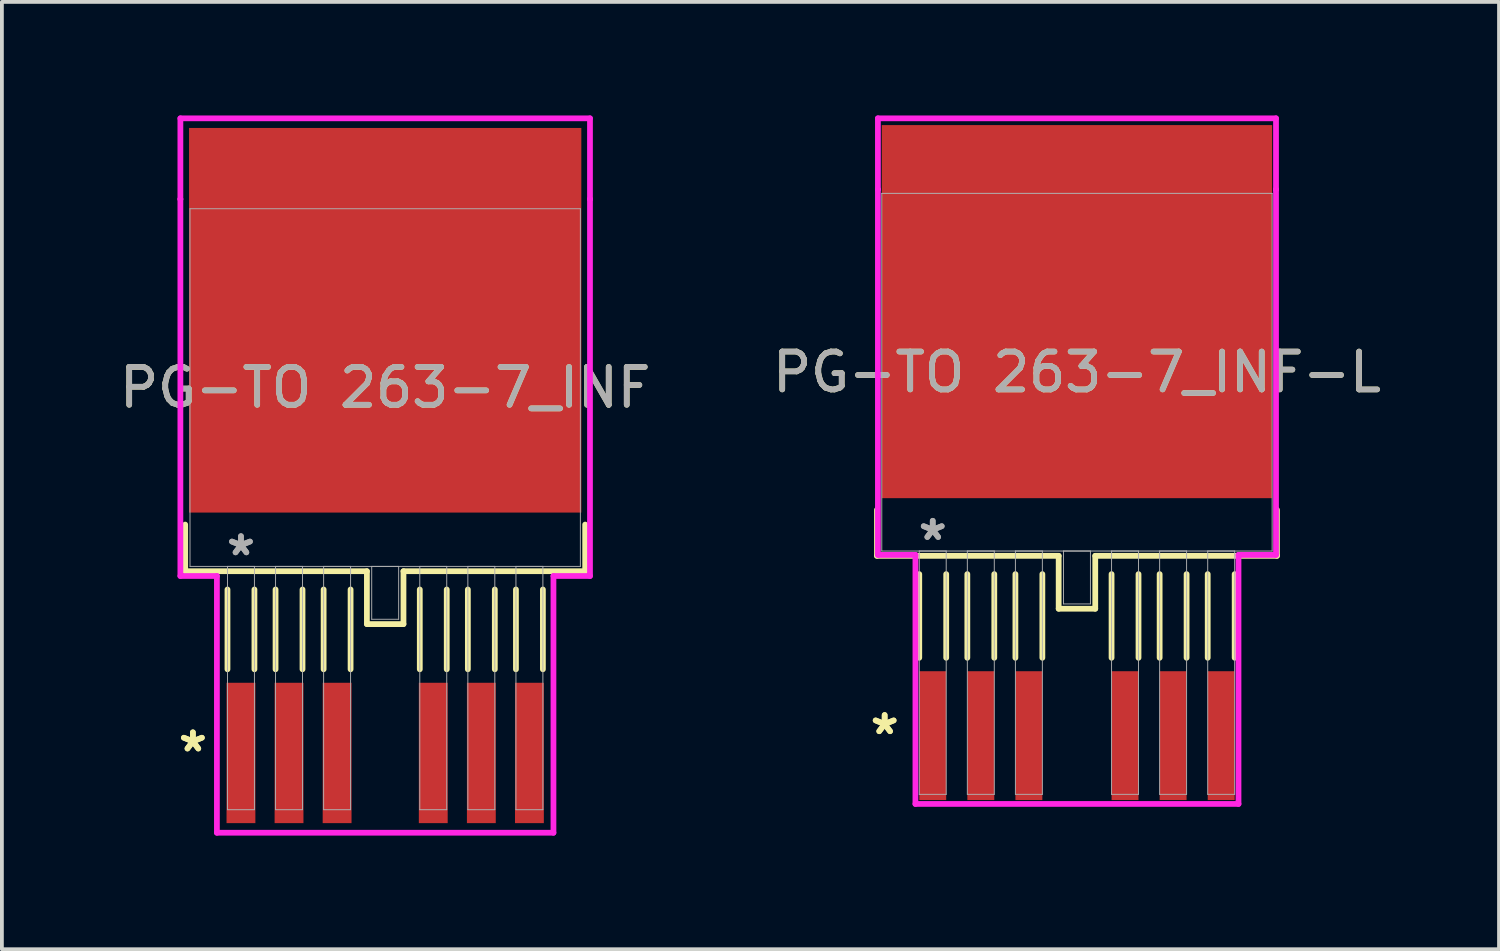
<source format=kicad_pcb>
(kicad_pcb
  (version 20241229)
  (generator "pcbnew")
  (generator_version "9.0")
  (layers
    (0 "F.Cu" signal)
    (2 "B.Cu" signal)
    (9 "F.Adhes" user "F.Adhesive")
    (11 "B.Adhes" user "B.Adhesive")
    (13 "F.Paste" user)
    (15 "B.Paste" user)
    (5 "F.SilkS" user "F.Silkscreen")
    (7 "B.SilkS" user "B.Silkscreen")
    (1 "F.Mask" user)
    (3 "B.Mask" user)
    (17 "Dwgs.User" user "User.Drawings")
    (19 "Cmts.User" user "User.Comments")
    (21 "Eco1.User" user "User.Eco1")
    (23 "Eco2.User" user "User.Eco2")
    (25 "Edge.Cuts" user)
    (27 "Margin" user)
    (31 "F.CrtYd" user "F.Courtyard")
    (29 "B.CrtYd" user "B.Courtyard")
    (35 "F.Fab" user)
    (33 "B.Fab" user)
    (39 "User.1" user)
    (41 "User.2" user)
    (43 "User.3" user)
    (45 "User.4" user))
  (footprint "PG-TO 263-7_INF-L"
    (layer "F.Cu")
    (at 25.399 6.782)
    (property "Reference" "PG-TO 263-7_INF-L" (at 0 0 0) (unlocked yes) (layer "F.SilkS") (effects (font (size 1 1) (thickness 0.15))))
    (attr smd)
    (fp_line (start -5.283 3.635) (end -5.283 4.851) (stroke (width 0.152) (type solid)) (layer "F.SilkS"))
    (fp_line (start -5.283 4.851) (end -0.483 4.851) (stroke (width 0.152) (type solid)) (layer "F.SilkS"))
    (fp_line (start -4.166 5.334) (end -4.166 7.544) (stroke (width 0.152) (type solid)) (layer "F.SilkS"))
    (fp_line (start -3.454 5.334) (end -3.454 7.544) (stroke (width 0.152) (type solid)) (layer "F.SilkS"))
    (fp_line (start -2.896 5.334) (end -2.896 7.544) (stroke (width 0.152) (type solid)) (layer "F.SilkS"))
    (fp_line (start -2.184 5.334) (end -2.184 7.544) (stroke (width 0.152) (type solid)) (layer "F.SilkS"))
    (fp_line (start -1.626 5.334) (end -1.626 7.544) (stroke (width 0.152) (type solid)) (layer "F.SilkS"))
    (fp_line (start -0.914 5.334) (end -0.914 7.544) (stroke (width 0.152) (type solid)) (layer "F.SilkS"))
    (fp_line (start -0.483 4.851) (end -0.483 6.248) (stroke (width 0.152) (type solid)) (layer "F.SilkS"))
    (fp_line (start -0.483 6.248) (end 0.483 6.248) (stroke (width 0.152) (type solid)) (layer "F.SilkS"))
    (fp_line (start 0.483 4.851) (end 5.283 4.851) (stroke (width 0.152) (type solid)) (layer "F.SilkS"))
    (fp_line (start 0.483 6.248) (end 0.483 4.851) (stroke (width 0.152) (type solid)) (layer "F.SilkS"))
    (fp_line (start 0.914 5.334) (end 0.914 7.544) (stroke (width 0.152) (type solid)) (layer "F.SilkS"))
    (fp_line (start 1.626 5.334) (end 1.626 7.544) (stroke (width 0.152) (type solid)) (layer "F.SilkS"))
    (fp_line (start 2.184 5.334) (end 2.184 7.544) (stroke (width 0.152) (type solid)) (layer "F.SilkS"))
    (fp_line (start 2.896 5.334) (end 2.896 7.544) (stroke (width 0.152) (type solid)) (layer "F.SilkS"))
    (fp_line (start 3.454 5.334) (end 3.454 7.544) (stroke (width 0.152) (type solid)) (layer "F.SilkS"))
    (fp_line (start 4.166 5.334) (end 4.166 7.544) (stroke (width 0.152) (type solid)) (layer "F.SilkS"))
    (fp_line (start 5.283 4.851) (end 5.283 3.635) (stroke (width 0.152) (type solid)) (layer "F.SilkS"))
    (fp_line (start -5.258 -6.706) (end 5.258 -6.706) (stroke (width 0.152) (type solid)) (layer "F.CrtYd"))
    (fp_line (start -5.258 -4.826) (end -5.258 -6.706) (stroke (width 0.152) (type solid)) (layer "F.CrtYd"))
    (fp_line (start -5.258 -4.826) (end -5.258 -4.826) (stroke (width 0.152) (type solid)) (layer "F.CrtYd"))
    (fp_line (start -5.258 4.826) (end -5.258 -4.826) (stroke (width 0.152) (type solid)) (layer "F.CrtYd"))
    (fp_line (start -4.267 4.826) (end -5.258 4.826) (stroke (width 0.152) (type solid)) (layer "F.CrtYd"))
    (fp_line (start -4.267 11.405) (end -4.267 4.826) (stroke (width 0.152) (type solid)) (layer "F.CrtYd"))
    (fp_line (start 4.267 4.826) (end 4.267 11.405) (stroke (width 0.152) (type solid)) (layer "F.CrtYd"))
    (fp_line (start 4.267 11.405) (end -4.267 11.405) (stroke (width 0.152) (type solid)) (layer "F.CrtYd"))
    (fp_line (start 5.258 -6.706) (end 5.258 -4.826) (stroke (width 0.152) (type solid)) (layer "F.CrtYd"))
    (fp_line (start 5.258 -4.826) (end 5.258 -4.826) (stroke (width 0.152) (type solid)) (layer "F.CrtYd"))
    (fp_line (start 5.258 -4.826) (end 5.258 4.826) (stroke (width 0.152) (type solid)) (layer "F.CrtYd"))
    (fp_line (start 5.258 4.826) (end 4.267 4.826) (stroke (width 0.152) (type solid)) (layer "F.CrtYd"))
    (fp_line (start -5.156 -4.724) (end -5.156 4.724) (stroke (width 0.025) (type solid)) (layer "F.Fab"))
    (fp_line (start -5.156 4.724) (end 5.156 4.724) (stroke (width 0.025) (type solid)) (layer "F.Fab"))
    (fp_line (start -4.166 4.724) (end -4.166 11.151) (stroke (width 0.025) (type solid)) (layer "F.Fab"))
    (fp_line (start -4.166 11.151) (end -3.454 11.151) (stroke (width 0.025) (type solid)) (layer "F.Fab"))
    (fp_line (start -3.454 4.724) (end -4.166 4.724) (stroke (width 0.025) (type solid)) (layer "F.Fab"))
    (fp_line (start -3.454 11.151) (end -3.454 4.724) (stroke (width 0.025) (type solid)) (layer "F.Fab"))
    (fp_line (start -2.896 4.724) (end -2.896 11.151) (stroke (width 0.025) (type solid)) (layer "F.Fab"))
    (fp_line (start -2.896 11.151) (end -2.184 11.151) (stroke (width 0.025) (type solid)) (layer "F.Fab"))
    (fp_line (start -2.184 4.724) (end -2.896 4.724) (stroke (width 0.025) (type solid)) (layer "F.Fab"))
    (fp_line (start -2.184 11.151) (end -2.184 4.724) (stroke (width 0.025) (type solid)) (layer "F.Fab"))
    (fp_line (start -1.626 4.724) (end -1.626 11.151) (stroke (width 0.025) (type solid)) (layer "F.Fab"))
    (fp_line (start -1.626 11.151) (end -0.914 11.151) (stroke (width 0.025) (type solid)) (layer "F.Fab"))
    (fp_line (start -0.914 4.724) (end -1.626 4.724) (stroke (width 0.025) (type solid)) (layer "F.Fab"))
    (fp_line (start -0.914 11.151) (end -0.914 4.724) (stroke (width 0.025) (type solid)) (layer "F.Fab"))
    (fp_line (start -0.356 4.724) (end -0.356 6.121) (stroke (width 0.025) (type solid)) (layer "F.Fab"))
    (fp_line (start -0.356 6.121) (end 0.356 6.121) (stroke (width 0.025) (type solid)) (layer "F.Fab"))
    (fp_line (start 0.356 4.724) (end -0.356 4.724) (stroke (width 0.025) (type solid)) (layer "F.Fab"))
    (fp_line (start 0.356 6.121) (end 0.356 4.724) (stroke (width 0.025) (type solid)) (layer "F.Fab"))
    (fp_line (start 0.914 4.724) (end 0.914 11.151) (stroke (width 0.025) (type solid)) (layer "F.Fab"))
    (fp_line (start 0.914 11.151) (end 1.626 11.151) (stroke (width 0.025) (type solid)) (layer "F.Fab"))
    (fp_line (start 1.626 4.724) (end 0.914 4.724) (stroke (width 0.025) (type solid)) (layer "F.Fab"))
    (fp_line (start 1.626 11.151) (end 1.626 4.724) (stroke (width 0.025) (type solid)) (layer "F.Fab"))
    (fp_line (start 2.184 4.724) (end 2.184 11.151) (stroke (width 0.025) (type solid)) (layer "F.Fab"))
    (fp_line (start 2.184 11.151) (end 2.896 11.151) (stroke (width 0.025) (type solid)) (layer "F.Fab"))
    (fp_line (start 2.896 4.724) (end 2.184 4.724) (stroke (width 0.025) (type solid)) (layer "F.Fab"))
    (fp_line (start 2.896 11.151) (end 2.896 4.724) (stroke (width 0.025) (type solid)) (layer "F.Fab"))
    (fp_line (start 3.454 4.724) (end 3.454 11.151) (stroke (width 0.025) (type solid)) (layer "F.Fab"))
    (fp_line (start 3.454 11.151) (end 4.166 11.151) (stroke (width 0.025) (type solid)) (layer "F.Fab"))
    (fp_line (start 4.166 4.724) (end 3.454 4.724) (stroke (width 0.025) (type solid)) (layer "F.Fab"))
    (fp_line (start 4.166 11.151) (end 4.166 4.724) (stroke (width 0.025) (type solid)) (layer "F.Fab"))
    (fp_line (start 5.156 -4.724) (end -5.156 -4.724) (stroke (width 0.025) (type solid)) (layer "F.Fab"))
    (fp_line (start 5.156 4.724) (end 5.156 -4.724) (stroke (width 0.025) (type solid)) (layer "F.Fab"))
    (fp_text user "*" (at -5.08 9.601 0) (unlocked yes) (layer "F.SilkS") (effects (font (size 1 1) (thickness 0.15))))
    (fp_text user "*" (at -5.08 9.601 0) (layer "F.SilkS") (effects (font (size 1 1) (thickness 0.15))))
    (fp_text user "${REFERENCE}" (at 0 0 0) (unlocked yes) (layer "F.Fab") (effects (font (size 1 1) (thickness 0.15))))
    (fp_text user "*" (at -3.81 4.47 0) (unlocked yes) (layer "F.Fab") (effects (font (size 1 1) (thickness 0.15))))
    (fp_text user "*" (at -3.81 4.47 0) (layer "F.Fab") (effects (font (size 1 1) (thickness 0.15))))
    (pad "1" smd rect (at -3.81 9.601) (size 0.711 3.404) (layers "F.Cu" "F.Mask" "F.Paste"))
    (pad "2" smd rect (at -2.54 9.601) (size 0.711 3.404) (layers "F.Cu" "F.Mask" "F.Paste"))
    (pad "3" smd rect (at -1.27 9.601) (size 0.711 3.404) (layers "F.Cu" "F.Mask" "F.Paste"))
    (pad "4" smd rect (at 0 -1.6) (size 10.312 9.855) (layers "F.Cu" "F.Mask" "F.Paste"))
    (pad "5" smd rect (at 1.27 9.601) (size 0.711 3.404) (layers "F.Cu" "F.Mask" "F.Paste"))
    (pad "6" smd rect (at 2.54 9.601) (size 0.711 3.404) (layers "F.Cu" "F.Mask" "F.Paste"))
    (pad "7" smd rect (at 3.81 9.601) (size 0.711 3.404) (layers "F.Cu" "F.Mask" "F.Paste")))
  (footprint "PG-TO 263-7_INF"
    (layer "F.Cu")
    (at 7.125 7.188)
    (property "Reference" "PG-TO 263-7_INF" (at 0 0 0) (unlocked yes) (layer "F.SilkS") (effects (font (size 1 1) (thickness 0.15))))
    (attr smd)
    (fp_line (start -5.283 3.619) (end -5.283 4.851) (stroke (width 0.152) (type solid)) (layer "F.SilkS"))
    (fp_line (start -5.283 4.851) (end -0.483 4.851) (stroke (width 0.152) (type solid)) (layer "F.SilkS"))
    (fp_line (start -4.166 5.334) (end -4.166 7.442) (stroke (width 0.152) (type solid)) (layer "F.SilkS"))
    (fp_line (start -3.454 5.334) (end -3.454 7.442) (stroke (width 0.152) (type solid)) (layer "F.SilkS"))
    (fp_line (start -2.896 5.334) (end -2.896 7.442) (stroke (width 0.152) (type solid)) (layer "F.SilkS"))
    (fp_line (start -2.184 5.334) (end -2.184 7.442) (stroke (width 0.152) (type solid)) (layer "F.SilkS"))
    (fp_line (start -1.626 5.334) (end -1.626 7.442) (stroke (width 0.152) (type solid)) (layer "F.SilkS"))
    (fp_line (start -0.914 5.334) (end -0.914 7.442) (stroke (width 0.152) (type solid)) (layer "F.SilkS"))
    (fp_line (start -0.483 4.851) (end -0.483 6.248) (stroke (width 0.152) (type solid)) (layer "F.SilkS"))
    (fp_line (start -0.483 6.248) (end 0.483 6.248) (stroke (width 0.152) (type solid)) (layer "F.SilkS"))
    (fp_line (start 0.483 4.851) (end 5.283 4.851) (stroke (width 0.152) (type solid)) (layer "F.SilkS"))
    (fp_line (start 0.483 6.248) (end 0.483 4.851) (stroke (width 0.152) (type solid)) (layer "F.SilkS"))
    (fp_line (start 0.914 5.334) (end 0.914 7.442) (stroke (width 0.152) (type solid)) (layer "F.SilkS"))
    (fp_line (start 1.626 5.334) (end 1.626 7.442) (stroke (width 0.152) (type solid)) (layer "F.SilkS"))
    (fp_line (start 2.184 5.334) (end 2.184 7.442) (stroke (width 0.152) (type solid)) (layer "F.SilkS"))
    (fp_line (start 2.896 5.334) (end 2.896 7.442) (stroke (width 0.152) (type solid)) (layer "F.SilkS"))
    (fp_line (start 3.454 5.334) (end 3.454 7.442) (stroke (width 0.152) (type solid)) (layer "F.SilkS"))
    (fp_line (start 4.166 5.334) (end 4.166 7.442) (stroke (width 0.152) (type solid)) (layer "F.SilkS"))
    (fp_line (start 5.283 4.851) (end 5.283 3.619) (stroke (width 0.152) (type solid)) (layer "F.SilkS"))
    (fp_line (start -5.41 -7.112) (end 5.41 -7.112) (stroke (width 0.152) (type solid)) (layer "F.CrtYd"))
    (fp_line (start -5.41 -4.978) (end -5.41 -7.112) (stroke (width 0.152) (type solid)) (layer "F.CrtYd"))
    (fp_line (start -5.41 -4.978) (end -5.41 -4.978) (stroke (width 0.152) (type solid)) (layer "F.CrtYd"))
    (fp_line (start -5.41 4.978) (end -5.41 -4.978) (stroke (width 0.152) (type solid)) (layer "F.CrtYd"))
    (fp_line (start -4.445 4.978) (end -5.41 4.978) (stroke (width 0.152) (type solid)) (layer "F.CrtYd"))
    (fp_line (start -4.445 11.76) (end -4.445 4.978) (stroke (width 0.152) (type solid)) (layer "F.CrtYd"))
    (fp_line (start 4.445 4.978) (end 4.445 11.76) (stroke (width 0.152) (type solid)) (layer "F.CrtYd"))
    (fp_line (start 4.445 11.76) (end -4.445 11.76) (stroke (width 0.152) (type solid)) (layer "F.CrtYd"))
    (fp_line (start 5.41 -7.112) (end 5.41 -4.978) (stroke (width 0.152) (type solid)) (layer "F.CrtYd"))
    (fp_line (start 5.41 -4.978) (end 5.41 -4.978) (stroke (width 0.152) (type solid)) (layer "F.CrtYd"))
    (fp_line (start 5.41 -4.978) (end 5.41 4.978) (stroke (width 0.152) (type solid)) (layer "F.CrtYd"))
    (fp_line (start 5.41 4.978) (end 4.445 4.978) (stroke (width 0.152) (type solid)) (layer "F.CrtYd"))
    (fp_line (start -5.156 -4.724) (end -5.156 4.724) (stroke (width 0.025) (type solid)) (layer "F.Fab"))
    (fp_line (start -5.156 4.724) (end 5.156 4.724) (stroke (width 0.025) (type solid)) (layer "F.Fab"))
    (fp_line (start -4.166 4.724) (end -4.166 11.151) (stroke (width 0.025) (type solid)) (layer "F.Fab"))
    (fp_line (start -4.166 11.151) (end -3.454 11.151) (stroke (width 0.025) (type solid)) (layer "F.Fab"))
    (fp_line (start -3.454 4.724) (end -4.166 4.724) (stroke (width 0.025) (type solid)) (layer "F.Fab"))
    (fp_line (start -3.454 11.151) (end -3.454 4.724) (stroke (width 0.025) (type solid)) (layer "F.Fab"))
    (fp_line (start -2.896 4.724) (end -2.896 11.151) (stroke (width 0.025) (type solid)) (layer "F.Fab"))
    (fp_line (start -2.896 11.151) (end -2.184 11.151) (stroke (width 0.025) (type solid)) (layer "F.Fab"))
    (fp_line (start -2.184 4.724) (end -2.896 4.724) (stroke (width 0.025) (type solid)) (layer "F.Fab"))
    (fp_line (start -2.184 11.151) (end -2.184 4.724) (stroke (width 0.025) (type solid)) (layer "F.Fab"))
    (fp_line (start -1.626 4.724) (end -1.626 11.151) (stroke (width 0.025) (type solid)) (layer "F.Fab"))
    (fp_line (start -1.626 11.151) (end -0.914 11.151) (stroke (width 0.025) (type solid)) (layer "F.Fab"))
    (fp_line (start -0.914 4.724) (end -1.626 4.724) (stroke (width 0.025) (type solid)) (layer "F.Fab"))
    (fp_line (start -0.914 11.151) (end -0.914 4.724) (stroke (width 0.025) (type solid)) (layer "F.Fab"))
    (fp_line (start -0.356 4.724) (end -0.356 6.121) (stroke (width 0.025) (type solid)) (layer "F.Fab"))
    (fp_line (start -0.356 6.121) (end 0.356 6.121) (stroke (width 0.025) (type solid)) (layer "F.Fab"))
    (fp_line (start 0.356 4.724) (end -0.356 4.724) (stroke (width 0.025) (type solid)) (layer "F.Fab"))
    (fp_line (start 0.356 6.121) (end 0.356 4.724) (stroke (width 0.025) (type solid)) (layer "F.Fab"))
    (fp_line (start 0.914 4.724) (end 0.914 11.151) (stroke (width 0.025) (type solid)) (layer "F.Fab"))
    (fp_line (start 0.914 11.151) (end 1.626 11.151) (stroke (width 0.025) (type solid)) (layer "F.Fab"))
    (fp_line (start 1.626 4.724) (end 0.914 4.724) (stroke (width 0.025) (type solid)) (layer "F.Fab"))
    (fp_line (start 1.626 11.151) (end 1.626 4.724) (stroke (width 0.025) (type solid)) (layer "F.Fab"))
    (fp_line (start 2.184 4.724) (end 2.184 11.151) (stroke (width 0.025) (type solid)) (layer "F.Fab"))
    (fp_line (start 2.184 11.151) (end 2.896 11.151) (stroke (width 0.025) (type solid)) (layer "F.Fab"))
    (fp_line (start 2.896 4.724) (end 2.184 4.724) (stroke (width 0.025) (type solid)) (layer "F.Fab"))
    (fp_line (start 2.896 11.151) (end 2.896 4.724) (stroke (width 0.025) (type solid)) (layer "F.Fab"))
    (fp_line (start 3.454 4.724) (end 3.454 11.151) (stroke (width 0.025) (type solid)) (layer "F.Fab"))
    (fp_line (start 3.454 11.151) (end 4.166 11.151) (stroke (width 0.025) (type solid)) (layer "F.Fab"))
    (fp_line (start 4.166 4.724) (end 3.454 4.724) (stroke (width 0.025) (type solid)) (layer "F.Fab"))
    (fp_line (start 4.166 11.151) (end 4.166 4.724) (stroke (width 0.025) (type solid)) (layer "F.Fab"))
    (fp_line (start 5.156 -4.724) (end -5.156 -4.724) (stroke (width 0.025) (type solid)) (layer "F.Fab"))
    (fp_line (start 5.156 4.724) (end 5.156 -4.724) (stroke (width 0.025) (type solid)) (layer "F.Fab"))
    (fp_text user "*" (at -5.08 9.652 0) (unlocked yes) (layer "F.SilkS") (effects (font (size 1 1) (thickness 0.15))))
    (fp_text user "*" (at -5.08 9.652 0) (layer "F.SilkS") (effects (font (size 1 1) (thickness 0.15))))
    (fp_text user "*" (at -3.81 4.47 0) (layer "F.Fab") (effects (font (size 1 1) (thickness 0.15))))
    (fp_text user "${REFERENCE}" (at 0 0 0) (unlocked yes) (layer "F.Fab") (effects (font (size 1 1) (thickness 0.15))))
    (fp_text user "*" (at -3.81 4.47 0) (unlocked yes) (layer "F.Fab") (effects (font (size 1 1) (thickness 0.15))))
    (pad "1" smd rect (at -3.81 9.652) (size 0.762 3.708) (layers "F.Cu" "F.Mask" "F.Paste"))
    (pad "2" smd rect (at -2.54 9.652) (size 0.762 3.708) (layers "F.Cu" "F.Mask" "F.Paste"))
    (pad "3" smd rect (at -1.27 9.652) (size 0.762 3.708) (layers "F.Cu" "F.Mask" "F.Paste"))
    (pad "4" smd rect (at 0 -1.778) (size 10.363 10.16) (layers "F.Cu" "F.Mask" "F.Paste"))
    (pad "5" smd rect (at 1.27 9.652) (size 0.762 3.708) (layers "F.Cu" "F.Mask" "F.Paste"))
    (pad "6" smd rect (at 2.54 9.652) (size 0.762 3.708) (layers "F.Cu" "F.Mask" "F.Paste"))
    (pad "7" smd rect (at 3.81 9.652) (size 0.762 3.708) (layers "F.Cu" "F.Mask" "F.Paste")))
  (gr_rect
    (start -3 -3)
    (end 36.548 22.025)
    (stroke (width 0.1) (type default))
    (fill no)
    (layer "Edge.Cuts")))
</source>
